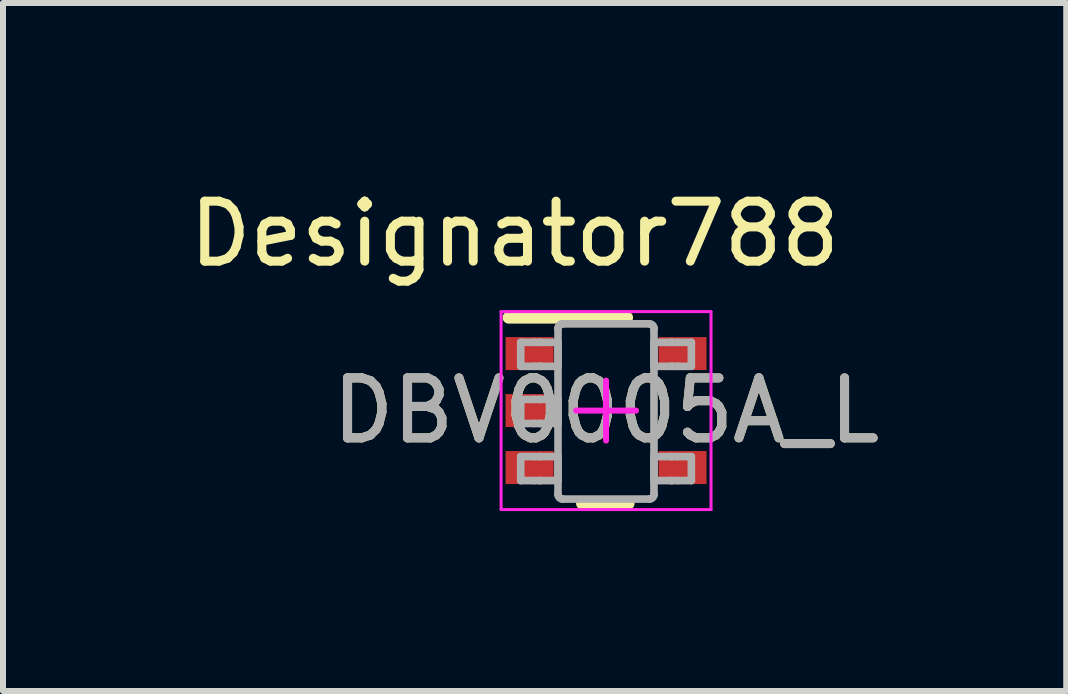
<source format=kicad_pcb>
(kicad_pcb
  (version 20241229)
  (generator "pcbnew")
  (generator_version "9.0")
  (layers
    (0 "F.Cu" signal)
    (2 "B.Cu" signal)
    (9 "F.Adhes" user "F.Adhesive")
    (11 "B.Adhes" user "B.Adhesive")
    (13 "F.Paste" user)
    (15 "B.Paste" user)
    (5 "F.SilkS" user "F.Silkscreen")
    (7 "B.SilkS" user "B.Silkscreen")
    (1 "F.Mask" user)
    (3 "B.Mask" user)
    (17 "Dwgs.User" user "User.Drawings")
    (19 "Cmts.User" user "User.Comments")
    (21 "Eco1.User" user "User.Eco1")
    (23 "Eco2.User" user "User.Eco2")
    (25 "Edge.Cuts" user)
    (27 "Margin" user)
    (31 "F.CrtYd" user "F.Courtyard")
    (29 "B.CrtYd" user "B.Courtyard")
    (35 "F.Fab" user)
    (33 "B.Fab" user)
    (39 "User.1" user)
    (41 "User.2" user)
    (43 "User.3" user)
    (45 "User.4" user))
  (footprint "DBV0005A_L"
    (layer "F.Cu")
    (at 7.054 3.795)
    (property "Reference" "DBV0005A_L" (at 0 0 0) (unlocked yes) (layer "F.SilkS") (effects (font (size 1 1) (thickness 0.15))))
    (attr smd)
    (fp_line (start -1.625 -1.55) (end 0.35 -1.55) (stroke (width 0.2) (type solid)) (layer "F.SilkS"))
    (fp_line (start -0.4 1.55) (end 0.375 1.55) (stroke (width 0.2) (type solid)) (layer "F.SilkS"))
    (fp_line (start -1.75 -1.65) (end 1.75 -1.65) (stroke (width 0.05) (type solid)) (layer "F.CrtYd"))
    (fp_line (start -1.75 1.65) (end -1.75 -1.65) (stroke (width 0.05) (type solid)) (layer "F.CrtYd"))
    (fp_line (start -1.75 1.65) (end 1.75 1.65) (stroke (width 0.05) (type solid)) (layer "F.CrtYd"))
    (fp_line (start -0.5 0) (end 0.5 0) (stroke (width 0.1) (type solid)) (layer "F.CrtYd"))
    (fp_line (start 0 0.5) (end 0 -0.5) (stroke (width 0.1) (type solid)) (layer "F.CrtYd"))
    (fp_line (start 1.75 1.65) (end 1.75 -1.65) (stroke (width 0.05) (type solid)) (layer "F.CrtYd"))
    (fp_line (start -1.423 -1.138) (end -1.199 -1.138) (stroke (width 0.127) (type solid)) (layer "F.Fab"))
    (fp_line (start -1.423 -0.738) (end -1.423 -1.138) (stroke (width 0.127) (type solid)) (layer "F.Fab"))
    (fp_line (start -1.423 -0.738) (end -1.199 -0.738) (stroke (width 0.127) (type solid)) (layer "F.Fab"))
    (fp_line (start -1.423 -0.186) (end -1.199 -0.186) (stroke (width 0.127) (type solid)) (layer "F.Fab"))
    (fp_line (start -1.423 0.215) (end -1.423 -0.186) (stroke (width 0.127) (type solid)) (layer "F.Fab"))
    (fp_line (start -1.423 0.215) (end -1.199 0.215) (stroke (width 0.127) (type solid)) (layer "F.Fab"))
    (fp_line (start -1.423 0.767) (end -1.199 0.767) (stroke (width 0.127) (type solid)) (layer "F.Fab"))
    (fp_line (start -1.423 1.167) (end -1.423 0.767) (stroke (width 0.127) (type solid)) (layer "F.Fab"))
    (fp_line (start -1.423 1.167) (end -1.199 1.167) (stroke (width 0.127) (type solid)) (layer "F.Fab"))
    (fp_line (start -1.199 -1.138) (end -1.105 -1.138) (stroke (width 0.127) (type solid)) (layer "F.Fab"))
    (fp_line (start -1.199 -0.738) (end -1.105 -0.738) (stroke (width 0.127) (type solid)) (layer "F.Fab"))
    (fp_line (start -1.199 -0.186) (end -1.105 -0.186) (stroke (width 0.127) (type solid)) (layer "F.Fab"))
    (fp_line (start -1.199 0.215) (end -1.105 0.215) (stroke (width 0.127) (type solid)) (layer "F.Fab"))
    (fp_line (start -1.199 0.767) (end -1.105 0.767) (stroke (width 0.127) (type solid)) (layer "F.Fab"))
    (fp_line (start -1.199 1.167) (end -1.105 1.167) (stroke (width 0.127) (type solid)) (layer "F.Fab"))
    (fp_line (start -1.105 -1.138) (end -1.088 -1.138) (stroke (width 0.127) (type solid)) (layer "F.Fab"))
    (fp_line (start -1.105 -0.738) (end -1.088 -0.738) (stroke (width 0.127) (type solid)) (layer "F.Fab"))
    (fp_line (start -1.105 -0.186) (end -1.088 -0.186) (stroke (width 0.127) (type solid)) (layer "F.Fab"))
    (fp_line (start -1.105 0.215) (end -1.088 0.215) (stroke (width 0.127) (type solid)) (layer "F.Fab"))
    (fp_line (start -1.105 0.767) (end -1.088 0.767) (stroke (width 0.127) (type solid)) (layer "F.Fab"))
    (fp_line (start -1.105 1.167) (end -1.088 1.167) (stroke (width 0.127) (type solid)) (layer "F.Fab"))
    (fp_line (start -1.088 -1.138) (end -0.835 -1.138) (stroke (width 0.127) (type solid)) (layer "F.Fab"))
    (fp_line (start -1.088 -0.738) (end -0.835 -0.738) (stroke (width 0.127) (type solid)) (layer "F.Fab"))
    (fp_line (start -1.088 -0.186) (end -0.835 -0.186) (stroke (width 0.127) (type solid)) (layer "F.Fab"))
    (fp_line (start -1.088 0.215) (end -0.835 0.215) (stroke (width 0.127) (type solid)) (layer "F.Fab"))
    (fp_line (start -1.088 0.767) (end -0.835 0.767) (stroke (width 0.127) (type solid)) (layer "F.Fab"))
    (fp_line (start -1.088 1.167) (end -0.835 1.167) (stroke (width 0.127) (type solid)) (layer "F.Fab"))
    (fp_line (start -0.835 -1.138) (end -0.801 -1.138) (stroke (width 0.127) (type solid)) (layer "F.Fab"))
    (fp_line (start -0.835 -0.738) (end -0.801 -0.738) (stroke (width 0.127) (type solid)) (layer "F.Fab"))
    (fp_line (start -0.835 -0.186) (end -0.801 -0.186) (stroke (width 0.127) (type solid)) (layer "F.Fab"))
    (fp_line (start -0.835 0.215) (end -0.801 0.215) (stroke (width 0.127) (type solid)) (layer "F.Fab"))
    (fp_line (start -0.835 0.767) (end -0.801 0.767) (stroke (width 0.127) (type solid)) (layer "F.Fab"))
    (fp_line (start -0.835 1.167) (end -0.801 1.167) (stroke (width 0.127) (type solid)) (layer "F.Fab"))
    (fp_line (start -0.801 -1.37) (end -0.801 -1.371) (stroke (width 0.127) (type solid)) (layer "F.Fab"))
    (fp_line (start -0.801 -0.738) (end -0.801 -1.138) (stroke (width 0.127) (type solid)) (layer "F.Fab"))
    (fp_line (start -0.801 0.215) (end -0.801 -0.186) (stroke (width 0.127) (type solid)) (layer "F.Fab"))
    (fp_line (start -0.801 1.167) (end -0.801 0.767) (stroke (width 0.127) (type solid)) (layer "F.Fab"))
    (fp_line (start -0.801 1.399) (end -0.801 -1.37) (stroke (width 0.127) (type solid)) (layer "F.Fab"))
    (fp_line (start -0.801 1.4) (end -0.801 1.399) (stroke (width 0.127) (type solid)) (layer "F.Fab"))
    (fp_line (start -0.725 -1.446) (end -0.725 -1.446) (stroke (width 0.127) (type solid)) (layer "F.Fab"))
    (fp_line (start -0.725 1.475) (end -0.725 1.475) (stroke (width 0.127) (type solid)) (layer "F.Fab"))
    (fp_line (start -0.725 -1.446) (end 0.723 -1.446) (stroke (width 0.127) (type solid)) (layer "F.Fab"))
    (fp_line (start -0.725 1.475) (end 0.723 1.475) (stroke (width 0.127) (type solid)) (layer "F.Fab"))
    (fp_line (start 0.723 -1.446) (end 0.724 -1.446) (stroke (width 0.127) (type solid)) (layer "F.Fab"))
    (fp_line (start 0.723 1.475) (end 0.724 1.475) (stroke (width 0.127) (type solid)) (layer "F.Fab"))
    (fp_line (start 0.799 -1.37) (end 0.799 -1.371) (stroke (width 0.127) (type solid)) (layer "F.Fab"))
    (fp_line (start 0.799 -1.138) (end 0.834 -1.138) (stroke (width 0.127) (type solid)) (layer "F.Fab"))
    (fp_line (start 0.799 -0.738) (end 0.799 -1.138) (stroke (width 0.127) (type solid)) (layer "F.Fab"))
    (fp_line (start 0.799 -0.738) (end 0.834 -0.738) (stroke (width 0.127) (type solid)) (layer "F.Fab"))
    (fp_line (start 0.799 0.767) (end 0.834 0.767) (stroke (width 0.127) (type solid)) (layer "F.Fab"))
    (fp_line (start 0.799 1.167) (end 0.799 0.767) (stroke (width 0.127) (type solid)) (layer "F.Fab"))
    (fp_line (start 0.799 1.167) (end 0.834 1.167) (stroke (width 0.127) (type solid)) (layer "F.Fab"))
    (fp_line (start 0.799 1.399) (end 0.799 -1.37) (stroke (width 0.127) (type solid)) (layer "F.Fab"))
    (fp_line (start 0.799 1.4) (end 0.799 1.399) (stroke (width 0.127) (type solid)) (layer "F.Fab"))
    (fp_line (start 0.834 -1.138) (end 1.087 -1.138) (stroke (width 0.127) (type solid)) (layer "F.Fab"))
    (fp_line (start 0.834 -0.738) (end 1.087 -0.738) (stroke (width 0.127) (type solid)) (layer "F.Fab"))
    (fp_line (start 0.834 0.767) (end 1.087 0.767) (stroke (width 0.127) (type solid)) (layer "F.Fab"))
    (fp_line (start 0.834 1.167) (end 1.087 1.167) (stroke (width 0.127) (type solid)) (layer "F.Fab"))
    (fp_line (start 1.087 -1.138) (end 1.103 -1.138) (stroke (width 0.127) (type solid)) (layer "F.Fab"))
    (fp_line (start 1.087 -0.738) (end 1.103 -0.738) (stroke (width 0.127) (type solid)) (layer "F.Fab"))
    (fp_line (start 1.087 0.767) (end 1.103 0.767) (stroke (width 0.127) (type solid)) (layer "F.Fab"))
    (fp_line (start 1.087 1.167) (end 1.103 1.167) (stroke (width 0.127) (type solid)) (layer "F.Fab"))
    (fp_line (start 1.103 -1.138) (end 1.198 -1.138) (stroke (width 0.127) (type solid)) (layer "F.Fab"))
    (fp_line (start 1.103 -0.738) (end 1.198 -0.738) (stroke (width 0.127) (type solid)) (layer "F.Fab"))
    (fp_line (start 1.103 0.767) (end 1.198 0.767) (stroke (width 0.127) (type solid)) (layer "F.Fab"))
    (fp_line (start 1.103 1.167) (end 1.198 1.167) (stroke (width 0.127) (type solid)) (layer "F.Fab"))
    (fp_line (start 1.198 -1.138) (end 1.422 -1.138) (stroke (width 0.127) (type solid)) (layer "F.Fab"))
    (fp_line (start 1.198 -0.738) (end 1.422 -0.738) (stroke (width 0.127) (type solid)) (layer "F.Fab"))
    (fp_line (start 1.198 0.767) (end 1.422 0.767) (stroke (width 0.127) (type solid)) (layer "F.Fab"))
    (fp_line (start 1.198 1.167) (end 1.422 1.167) (stroke (width 0.127) (type solid)) (layer "F.Fab"))
    (fp_line (start 1.422 -0.738) (end 1.422 -1.138) (stroke (width 0.127) (type solid)) (layer "F.Fab"))
    (fp_line (start 1.422 1.167) (end 1.422 0.767) (stroke (width 0.127) (type solid)) (layer "F.Fab"))
    (fp_arc (start -0.80074 -1.37084) (mid -0.778218 -1.423887) (end -0.724999 -1.445998) (stroke (width 0.127) (type solid)) (layer "F.Fab"))
    (fp_arc (start -0.724999 1.475) (mid -0.778213 1.452901) (end -0.80074 1.399867) (stroke (width 0.127) (type solid)) (layer "F.Fab"))
    (fp_arc (start 0.723714 -1.445998) (mid 0.776933 -1.423887) (end 0.799455 -1.37084) (stroke (width 0.127) (type solid)) (layer "F.Fab"))
    (fp_arc (start 0.799455 1.399868) (mid 0.776927 1.452901) (end 0.723713 1.475) (stroke (width 0.127) (type solid)) (layer "F.Fab"))
    (fp_text user "Designator788" (at -1.524 -2.946 0) (unlocked yes) (layer "F.SilkS") (effects (font (size 1 1) (thickness 0.15))))
    (fp_text user "${REFERENCE}" (at 0 0 0) (unlocked yes) (layer "F.Fab") (effects (font (size 1 1) (thickness 0.15))))
    (pad "1" smd rect (at -1.275 -0.95 90) (size 0.55 0.8) (layers "F.Cu" "F.Mask" "F.Paste"))
    (pad "2" smd rect (at -1.275 0 90) (size 0.55 0.8) (layers "F.Cu" "F.Mask" "F.Paste"))
    (pad "3" smd rect (at -1.275 0.95 90) (size 0.55 0.8) (layers "F.Cu" "F.Mask" "F.Paste"))
    (pad "4" smd rect (at 1.275 0.95 90) (size 0.55 0.8) (layers "F.Cu" "F.Mask" "F.Paste"))
    (pad "5" smd rect (at 1.275 -0.95 90) (size 0.55 0.8) (layers "F.Cu" "F.Mask" "F.Paste")))
  (gr_rect
    (start -3 -3)
    (end 14.726 8.47)
    (stroke (width 0.1) (type default))
    (fill no)
    (layer "Edge.Cuts")))
</source>
